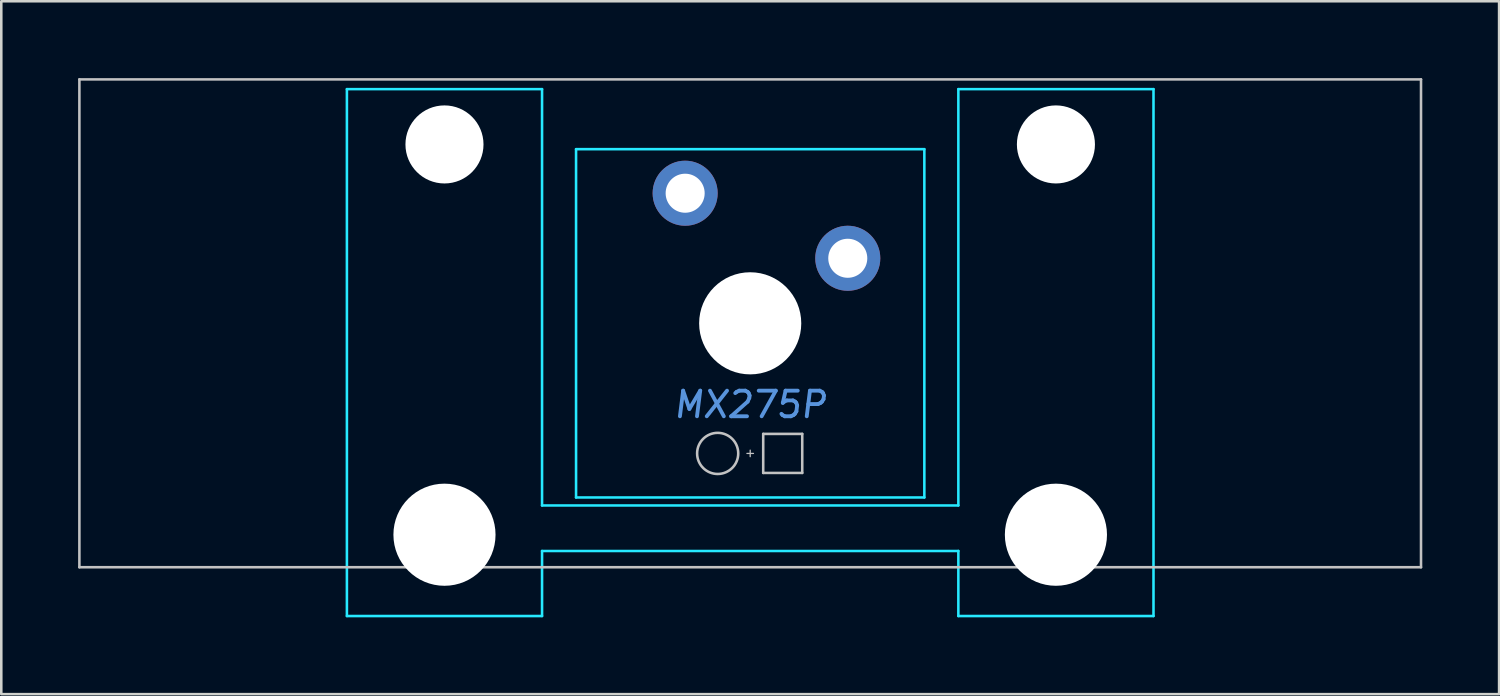
<source format=kicad_pcb>
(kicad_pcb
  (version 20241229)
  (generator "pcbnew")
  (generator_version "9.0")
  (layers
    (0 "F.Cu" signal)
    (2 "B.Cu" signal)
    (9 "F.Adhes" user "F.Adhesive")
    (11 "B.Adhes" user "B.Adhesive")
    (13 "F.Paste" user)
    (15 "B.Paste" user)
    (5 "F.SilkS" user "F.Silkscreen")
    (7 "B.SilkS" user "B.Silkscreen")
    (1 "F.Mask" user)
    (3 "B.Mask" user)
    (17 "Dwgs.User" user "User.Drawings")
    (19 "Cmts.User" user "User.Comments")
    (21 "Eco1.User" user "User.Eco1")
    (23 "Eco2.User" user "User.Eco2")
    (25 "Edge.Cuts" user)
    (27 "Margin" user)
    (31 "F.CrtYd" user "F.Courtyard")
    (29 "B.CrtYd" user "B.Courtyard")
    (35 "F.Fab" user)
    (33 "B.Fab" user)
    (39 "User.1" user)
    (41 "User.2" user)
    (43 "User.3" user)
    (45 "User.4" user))
  (footprint "MX275P"
    (layer "F.Cu")
    (at 26.244 9.575)
    (property "Reference" "MX275P" (at 0 3.175 0) (layer "Cmts.User") (effects (font (size 1 1) (thickness 0.15) (italic yes))))
    (attr through_hole)
    (fp_line (start -26.194 -9.525) (end -26.194 9.525) (stroke (width 0.1) (type solid)) (layer "Dwgs.User"))
    (fp_line (start -26.194 -9.525) (end 26.194 -9.525) (stroke (width 0.1) (type solid)) (layer "Dwgs.User"))
    (fp_line (start -26.194 9.525) (end 26.194 9.525) (stroke (width 0.1) (type solid)) (layer "Dwgs.User"))
    (fp_line (start -0.127 5.08) (end 0.127 5.08) (stroke (width 0.05) (type solid)) (layer "Dwgs.User"))
    (fp_line (start 0 5.207) (end 0 4.953) (stroke (width 0.05) (type solid)) (layer "Dwgs.User"))
    (fp_line (start 0.508 4.318) (end 0.508 5.842) (stroke (width 0.1) (type solid)) (layer "Dwgs.User"))
    (fp_line (start 0.508 4.318) (end 2.032 4.318) (stroke (width 0.1) (type solid)) (layer "Dwgs.User"))
    (fp_line (start 0.508 5.842) (end 2.032 5.842) (stroke (width 0.1) (type solid)) (layer "Dwgs.User"))
    (fp_line (start 2.032 5.842) (end 2.032 4.318) (stroke (width 0.1) (type solid)) (layer "Dwgs.User"))
    (fp_line (start 26.194 -9.525) (end 26.194 9.525) (stroke (width 0.1) (type solid)) (layer "Dwgs.User"))
    (fp_circle (center -1.27 5.08) (end -0.467 5.08) (stroke (width 0.1) (type solid)) (fill no) (layer "Dwgs.User"))
    (fp_line (start -17.17 -0.889) (end -17.17 -2.921) (stroke (width 0.1) (type solid)) (layer "Eco1.User"))
    (fp_line (start -16.789 -3.302) (end -16.535 -3.302) (stroke (width 0.1) (type solid)) (layer "Eco1.User"))
    (fp_line (start -16.535 -0.508) (end -16.789 -0.508) (stroke (width 0.1) (type solid)) (layer "Eco1.User"))
    (fp_line (start -16.154 -3.683) (end -16.154 -5.309) (stroke (width 0.1) (type solid)) (layer "Eco1.User"))
    (fp_line (start -16.154 6.223) (end -16.154 -0.127) (stroke (width 0.1) (type solid)) (layer "Eco1.User"))
    (fp_line (start -15.773 -5.69) (end -9.881 -5.69) (stroke (width 0.1) (type solid)) (layer "Eco1.User"))
    (fp_line (start -14.732 6.604) (end -15.773 6.604) (stroke (width 0.1) (type solid)) (layer "Eco1.User"))
    (fp_line (start -14.351 7.391) (end -14.351 6.985) (stroke (width 0.1) (type solid)) (layer "Eco1.User"))
    (fp_line (start -11.684 7.772) (end -13.97 7.772) (stroke (width 0.1) (type solid)) (layer "Eco1.User"))
    (fp_line (start -11.303 6.985) (end -11.303 7.391) (stroke (width 0.1) (type solid)) (layer "Eco1.User"))
    (fp_line (start -9.881 6.604) (end -10.922 6.604) (stroke (width 0.1) (type solid)) (layer "Eco1.User"))
    (fp_line (start -9.5 -5.309) (end -9.5 -5.258) (stroke (width 0.1) (type solid)) (layer "Eco1.User"))
    (fp_line (start -9.5 6.198) (end -9.5 6.223) (stroke (width 0.1) (type solid)) (layer "Eco1.User"))
    (fp_line (start -9.119 -4.877) (end -7.366 -4.877) (stroke (width 0.1) (type solid)) (layer "Eco1.User"))
    (fp_line (start -7.366 5.817) (end -9.119 5.817) (stroke (width 0.1) (type solid)) (layer "Eco1.User"))
    (fp_line (start -6.985 -5.258) (end -6.985 -6.604) (stroke (width 0.1) (type solid)) (layer "Eco1.User"))
    (fp_line (start -6.985 6.604) (end -6.985 6.197) (stroke (width 0.1) (type solid)) (layer "Eco1.User"))
    (fp_line (start -6.604 -6.985) (end 6.604 -6.985) (stroke (width 0.1) (type solid)) (layer "Eco1.User"))
    (fp_line (start 0 -2.159) (end 0 2.159) (stroke (width 0.1) (type solid)) (layer "Eco1.User"))
    (fp_line (start 2.159 0) (end -2.159 0) (stroke (width 0.1) (type solid)) (layer "Eco1.User"))
    (fp_line (start 6.604 6.985) (end -6.604 6.985) (stroke (width 0.1) (type solid)) (layer "Eco1.User"))
    (fp_line (start 6.985 -5.258) (end 6.985 -6.604) (stroke (width 0.1) (type solid)) (layer "Eco1.User"))
    (fp_line (start 6.985 6.604) (end 6.985 6.197) (stroke (width 0.1) (type solid)) (layer "Eco1.User"))
    (fp_line (start 7.366 5.817) (end 9.119 5.817) (stroke (width 0.1) (type solid)) (layer "Eco1.User"))
    (fp_line (start 9.119 -4.877) (end 7.366 -4.877) (stroke (width 0.1) (type solid)) (layer "Eco1.User"))
    (fp_line (start 9.5 -5.309) (end 9.5 -5.258) (stroke (width 0.1) (type solid)) (layer "Eco1.User"))
    (fp_line (start 9.5 6.198) (end 9.5 6.223) (stroke (width 0.1) (type solid)) (layer "Eco1.User"))
    (fp_line (start 9.881 6.604) (end 10.922 6.604) (stroke (width 0.1) (type solid)) (layer "Eco1.User"))
    (fp_line (start 11.303 6.985) (end 11.303 7.391) (stroke (width 0.1) (type solid)) (layer "Eco1.User"))
    (fp_line (start 11.684 7.772) (end 13.97 7.772) (stroke (width 0.1) (type solid)) (layer "Eco1.User"))
    (fp_line (start 14.351 7.391) (end 14.351 6.985) (stroke (width 0.1) (type solid)) (layer "Eco1.User"))
    (fp_line (start 14.732 6.604) (end 15.773 6.604) (stroke (width 0.1) (type solid)) (layer "Eco1.User"))
    (fp_line (start 15.773 -5.69) (end 9.881 -5.69) (stroke (width 0.1) (type solid)) (layer "Eco1.User"))
    (fp_line (start 16.154 -3.683) (end 16.154 -5.309) (stroke (width 0.1) (type solid)) (layer "Eco1.User"))
    (fp_line (start 16.154 6.223) (end 16.154 -0.127) (stroke (width 0.1) (type solid)) (layer "Eco1.User"))
    (fp_line (start 16.535 -0.508) (end 16.789 -0.508) (stroke (width 0.1) (type solid)) (layer "Eco1.User"))
    (fp_line (start 16.789 -3.302) (end 16.535 -3.302) (stroke (width 0.1) (type solid)) (layer "Eco1.User"))
    (fp_line (start 17.17 -0.889) (end 17.17 -2.921) (stroke (width 0.1) (type solid)) (layer "Eco1.User"))
    (fp_arc (start -17.1704 -2.921) (mid -17.058808 -3.190408) (end -16.7894 -3.302) (stroke (width 0.1) (type solid)) (layer "Eco1.User"))
    (fp_arc (start -16.7894 -0.508) (mid -17.058808 -0.619592) (end -17.1704 -0.889) (stroke (width 0.1) (type solid)) (layer "Eco1.User"))
    (fp_arc (start -16.5354 -0.508) (mid -16.265992 -0.396408) (end -16.1544 -0.127) (stroke (width 0.1) (type solid)) (layer "Eco1.User"))
    (fp_arc (start -16.1544 -5.3086) (mid -16.042808 -5.578008) (end -15.7734 -5.6896) (stroke (width 0.1) (type solid)) (layer "Eco1.User"))
    (fp_arc (start -16.1544 -3.683) (mid -16.265992 -3.413592) (end -16.5354 -3.302) (stroke (width 0.1) (type solid)) (layer "Eco1.User"))
    (fp_arc (start -15.7734 6.604) (mid -16.042808 6.492408) (end -16.1544 6.223) (stroke (width 0.1) (type solid)) (layer "Eco1.User"))
    (fp_arc (start -14.732 6.604) (mid -14.462592 6.715592) (end -14.351 6.985) (stroke (width 0.1) (type solid)) (layer "Eco1.User"))
    (fp_arc (start -13.97 7.7724) (mid -14.239408 7.660808) (end -14.351 7.3914) (stroke (width 0.1) (type solid)) (layer "Eco1.User"))
    (fp_arc (start -11.303 6.985) (mid -11.191408 6.715592) (end -10.922 6.604) (stroke (width 0.1) (type solid)) (layer "Eco1.User"))
    (fp_arc (start -11.303 7.3914) (mid -11.414592 7.660808) (end -11.684 7.7724) (stroke (width 0.1) (type solid)) (layer "Eco1.User"))
    (fp_arc (start -9.8806 -5.6896) (mid -9.611192 -5.578008) (end -9.4996 -5.3086) (stroke (width 0.1) (type solid)) (layer "Eco1.User"))
    (fp_arc (start -9.4996 6.1976) (mid -9.388008 5.928192) (end -9.1186 5.8166) (stroke (width 0.1) (type solid)) (layer "Eco1.User"))
    (fp_arc (start -9.4996 6.223) (mid -9.611192 6.492408) (end -9.8806 6.604) (stroke (width 0.1) (type solid)) (layer "Eco1.User"))
    (fp_arc (start -9.1186 -4.8768) (mid -9.388008 -4.988392) (end -9.4996 -5.2578) (stroke (width 0.1) (type solid)) (layer "Eco1.User"))
    (fp_arc (start -7.366 5.8166) (mid -7.096592 5.928192) (end -6.985 6.1976) (stroke (width 0.1) (type solid)) (layer "Eco1.User"))
    (fp_arc (start -6.985 -6.604) (mid -6.873408 -6.873408) (end -6.604 -6.985) (stroke (width 0.1) (type solid)) (layer "Eco1.User"))
    (fp_arc (start -6.985 -5.2578) (mid -7.096592 -4.988392) (end -7.366 -4.8768) (stroke (width 0.1) (type solid)) (layer "Eco1.User"))
    (fp_arc (start -6.604 6.985) (mid -6.873408 6.873408) (end -6.985 6.604) (stroke (width 0.1) (type solid)) (layer "Eco1.User"))
    (fp_arc (start 6.604 -6.985) (mid 6.873408 -6.873408) (end 6.985 -6.604) (stroke (width 0.1) (type solid)) (layer "Eco1.User"))
    (fp_arc (start 6.985 6.1976) (mid 7.096592 5.928192) (end 7.366 5.8166) (stroke (width 0.1) (type solid)) (layer "Eco1.User"))
    (fp_arc (start 6.985 6.604) (mid 6.873408 6.873408) (end 6.604 6.985) (stroke (width 0.1) (type solid)) (layer "Eco1.User"))
    (fp_arc (start 7.366 -4.8768) (mid 7.096592 -4.988392) (end 6.985 -5.2578) (stroke (width 0.1) (type solid)) (layer "Eco1.User"))
    (fp_arc (start 9.1186 5.8166) (mid 9.388008 5.928192) (end 9.4996 6.1976) (stroke (width 0.1) (type solid)) (layer "Eco1.User"))
    (fp_arc (start 9.4996 -5.3086) (mid 9.611192 -5.578008) (end 9.8806 -5.6896) (stroke (width 0.1) (type solid)) (layer "Eco1.User"))
    (fp_arc (start 9.4996 -5.2578) (mid 9.388008 -4.988392) (end 9.1186 -4.8768) (stroke (width 0.1) (type solid)) (layer "Eco1.User"))
    (fp_arc (start 9.8806 6.604) (mid 9.611192 6.492408) (end 9.4996 6.223) (stroke (width 0.1) (type solid)) (layer "Eco1.User"))
    (fp_arc (start 10.922 6.604) (mid 11.191408 6.715592) (end 11.303 6.985) (stroke (width 0.1) (type solid)) (layer "Eco1.User"))
    (fp_arc (start 11.684 7.7724) (mid 11.414592 7.660808) (end 11.303 7.3914) (stroke (width 0.1) (type solid)) (layer "Eco1.User"))
    (fp_arc (start 14.351 6.985) (mid 14.462592 6.715592) (end 14.732 6.604) (stroke (width 0.1) (type solid)) (layer "Eco1.User"))
    (fp_arc (start 14.351 7.3914) (mid 14.239408 7.660808) (end 13.97 7.7724) (stroke (width 0.1) (type solid)) (layer "Eco1.User"))
    (fp_arc (start 15.7734 -5.6896) (mid 16.042808 -5.578008) (end 16.1544 -5.3086) (stroke (width 0.1) (type solid)) (layer "Eco1.User"))
    (fp_arc (start 16.1544 -0.127) (mid 16.265992 -0.396408) (end 16.5354 -0.508) (stroke (width 0.1) (type solid)) (layer "Eco1.User"))
    (fp_arc (start 16.1544 6.223) (mid 16.042808 6.492408) (end 15.7734 6.604) (stroke (width 0.1) (type solid)) (layer "Eco1.User"))
    (fp_arc (start 16.5354 -3.302) (mid 16.265992 -3.413592) (end 16.1544 -3.683) (stroke (width 0.1) (type solid)) (layer "Eco1.User"))
    (fp_arc (start 16.7894 -3.302) (mid 17.058808 -3.190408) (end 17.1704 -2.921) (stroke (width 0.1) (type solid)) (layer "Eco1.User"))
    (fp_arc (start 17.1704 -0.889) (mid 17.058808 -0.619592) (end 16.7894 -0.508) (stroke (width 0.1) (type solid)) (layer "Eco1.User"))
    (fp_circle (center 0 0) (end 1.994 0) (stroke (width 0.1) (type solid)) (fill no) (layer "Eco1.User"))
    (fp_line (start -15.748 -9.144) (end -8.128 -9.144) (stroke (width 0.1) (type solid)) (layer "B.CrtYd"))
    (fp_line (start -15.748 11.43) (end -15.748 -9.144) (stroke (width 0.1) (type solid)) (layer "B.CrtYd"))
    (fp_line (start -8.128 -9.144) (end -8.128 7.112) (stroke (width 0.1) (type solid)) (layer "B.CrtYd"))
    (fp_line (start -8.128 7.112) (end 8.128 7.112) (stroke (width 0.1) (type solid)) (layer "B.CrtYd"))
    (fp_line (start -8.128 8.89) (end 8.128 8.89) (stroke (width 0.1) (type solid)) (layer "B.CrtYd"))
    (fp_line (start -8.128 11.43) (end -15.748 11.43) (stroke (width 0.1) (type solid)) (layer "B.CrtYd"))
    (fp_line (start -8.128 11.43) (end -8.128 8.89) (stroke (width 0.1) (type solid)) (layer "B.CrtYd"))
    (fp_line (start -6.8 6.8) (end -6.8 -6.8) (stroke (width 0.1) (type solid)) (layer "B.CrtYd"))
    (fp_line (start 6.8 -6.8) (end -6.8 -6.8) (stroke (width 0.1) (type solid)) (layer "B.CrtYd"))
    (fp_line (start 6.8 6.8) (end -6.8 6.8) (stroke (width 0.1) (type solid)) (layer "B.CrtYd"))
    (fp_line (start 6.8 6.8) (end 6.8 -6.8) (stroke (width 0.1) (type solid)) (layer "B.CrtYd"))
    (fp_line (start 8.128 -9.144) (end 8.128 7.112) (stroke (width 0.1) (type solid)) (layer "B.CrtYd"))
    (fp_line (start 8.128 -9.144) (end 15.748 -9.144) (stroke (width 0.1) (type solid)) (layer "B.CrtYd"))
    (fp_line (start 8.128 11.43) (end 8.128 8.89) (stroke (width 0.1) (type solid)) (layer "B.CrtYd"))
    (fp_line (start 15.748 -9.144) (end 15.748 11.43) (stroke (width 0.1) (type solid)) (layer "B.CrtYd"))
    (fp_line (start 15.748 11.43) (end 8.128 11.43) (stroke (width 0.1) (type solid)) (layer "B.CrtYd"))
    (pad "" np_thru_hole circle (at -11.938 -6.985) (size 3.048 3.048) (drill 3.048) (layers "*.Cu" "*.Mask"))
    (pad "" np_thru_hole circle (at -11.938 8.255) (size 3.988 3.988) (drill 3.988) (layers "*.Cu" "*.Mask"))
    (pad "" np_thru_hole circle (at 0 0) (size 3.988 3.988) (drill 3.988) (layers "*.Cu" "*.Mask"))
    (pad "" np_thru_hole circle (at 11.938 -6.985) (size 3.048 3.048) (drill 3.048) (layers "*.Cu" "*.Mask"))
    (pad "" np_thru_hole circle (at 11.938 8.255) (size 3.988 3.988) (drill 3.988) (layers "*.Cu" "*.Mask"))
    (pad "1" thru_hole circle (at -2.54 -5.08) (size 2.54 2.54) (drill 1.524) (layers "*.Cu" "*.Mask"))
    (pad "2" thru_hole circle (at 3.81 -2.54) (size 2.54 2.54) (drill 1.524) (layers "*.Cu" "*.Mask")))
  (gr_rect
    (start -3 -3)
    (end 55.487 24.055)
    (stroke (width 0.1) (type default))
    (fill no)
    (layer "Edge.Cuts")))
</source>
